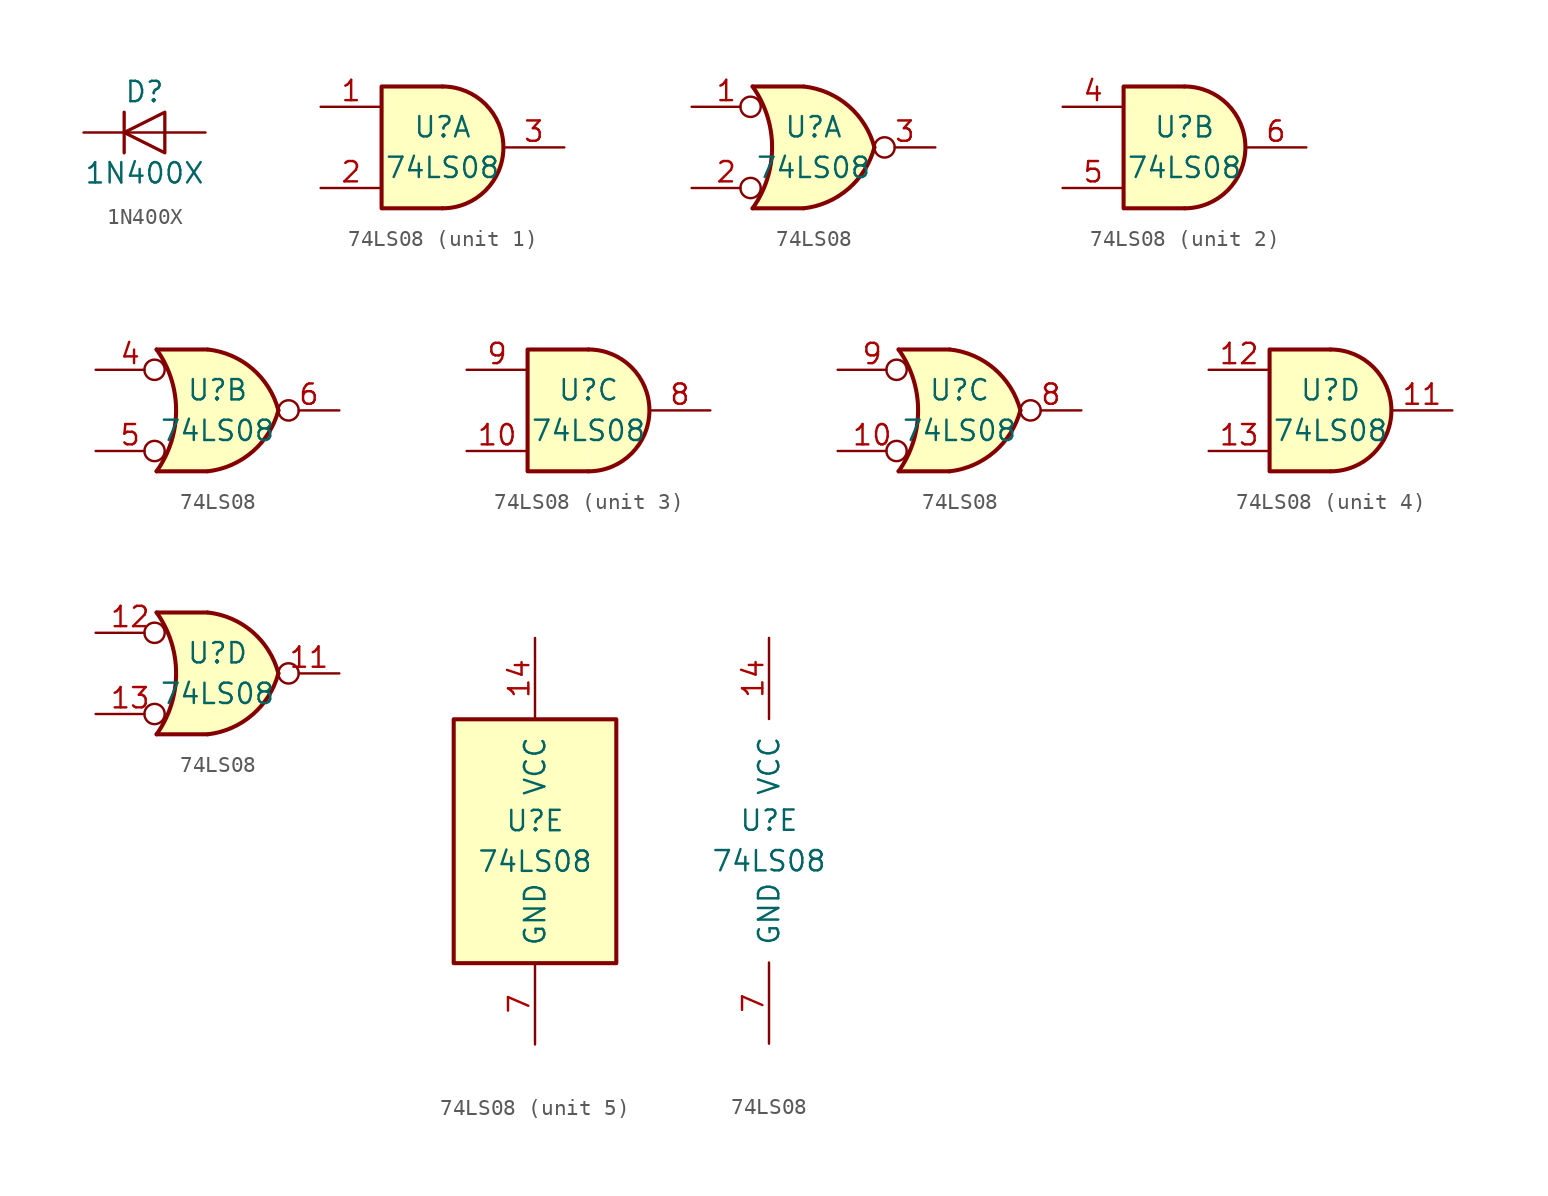
<source format=kicad_sym>
(kicad_symbol_lib
  (version 20211014)
  (generator kicad_symbol_editor)
  (symbol "1N400X"
    (pin_numbers hide)
    (pin_names
      (offset 1.016) hide)
    (property "Reference" "D"
      (at 0 2.54 0)
      (effects (font (size 1.27 1.27))))
    (property "Value" "1N400X"
      (at 0 -2.54 0)
      (effects (font (size 1.27 1.27))))
    (symbol "1N400X_0_1"
      (polyline (pts (xy -1.27 1.27) (xy -1.27 -1.27)) (stroke (width 0.203) (type default) (color 0 0 0 0)) (fill (type none)))
      (polyline (pts (xy 1.27 0) (xy -1.27 0)) (stroke (width 0) (type default) (color 0 0 0 0)) (fill (type none)))
      (polyline (pts (xy 1.27 1.27) (xy 1.27 -1.27) (xy -1.27 0) (xy 1.27 1.27)) (stroke (width 0.203) (type default) (color 0 0 0 0)) (fill (type none))))
    (symbol "1N400X_1_1"
      (pin passive line (at -3.81 0 0) (length 2.54) (name "K" (effects (font (size 1.27 1.27)))) (number "1" (effects (font (size 1.27 1.27)))))
      (pin passive line (at 3.81 0 180) (length 2.54) (name "A" (effects (font (size 1.27 1.27)))) (number "2" (effects (font (size 1.27 1.27)))))))
  (symbol "74LS08"
    (pin_names
      (offset 1.016))
    (property "Reference" "U"
      (at 0 1.27 0)
      (effects (font (size 1.27 1.27))))
    (property "Value" "74LS08"
      (at 0 -1.27 0)
      (effects (font (size 1.27 1.27))))
    (property "ki_locked" ""
      (at 0 0 0)
      (effects (font (size 1.27 1.27))))
    (symbol "74LS08_1_1"
      (arc (start 0 -3.81) (mid 3.81 0) (end 0 3.81) (stroke (width 0.254) (type default) (color 0 0 0 0)) (fill (type background)))
      (polyline (pts (xy 0 3.81) (xy -3.81 3.81) (xy -3.81 -3.81) (xy 0 -3.81)) (stroke (width 0.254) (type default) (color 0 0 0 0)) (fill (type background)))
      (pin input line (at -7.62 2.54 0) (length 3.81) (name "~" (effects (font (size 1.27 1.27)))) (number "1" (effects (font (size 1.27 1.27)))))
      (pin input line (at -7.62 -2.54 0) (length 3.81) (name "~" (effects (font (size 1.27 1.27)))) (number "2" (effects (font (size 1.27 1.27)))))
      (pin output line (at 7.62 0 180) (length 3.81) (name "~" (effects (font (size 1.27 1.27)))) (number "3" (effects (font (size 1.27 1.27))))))
    (symbol "74LS08_1_2"
      (arc (start -3.81 -3.81) (mid -2.589 0) (end -3.81 3.81) (stroke (width 0.254) (type default) (color 0 0 0 0)) (fill (type none)))
      (arc (start -0.6096 -3.81) (mid 2.1855 -2.584) (end 3.81 0) (stroke (width 0.254) (type default) (color 0 0 0 0)) (fill (type background)))
      (polyline (pts (xy -3.81 -3.81) (xy -0.635 -3.81)) (stroke (width 0.254) (type default) (color 0 0 0 0)) (fill (type background)))
      (polyline (pts (xy -3.81 3.81) (xy -0.635 3.81)) (stroke (width 0.254) (type default) (color 0 0 0 0)) (fill (type background)))
      (polyline (pts (xy -0.635 3.81) (xy -3.81 3.81) (xy -3.81 3.81) (xy -3.556 3.404) (xy -3.023 2.261) (xy -2.692 1.041) (xy -2.616 -0.254) (xy -2.769 -1.499) (xy -3.175 -2.718) (xy -3.81 -3.81) (xy -3.81 -3.81) (xy -0.635 -3.81)) (stroke (width -25.4) (type default) (color 0 0 0 0)) (fill (type background)))
      (arc (start 3.81 0) (mid 2.1928 2.5925) (end -0.6096 3.81) (stroke (width 0.254) (type default) (color 0 0 0 0)) (fill (type background)))
      (pin input inverted (at -7.62 2.54 0) (length 4.318) (name "~" (effects (font (size 1.27 1.27)))) (number "1" (effects (font (size 1.27 1.27)))))
      (pin input inverted (at -7.62 -2.54 0) (length 4.318) (name "~" (effects (font (size 1.27 1.27)))) (number "2" (effects (font (size 1.27 1.27)))))
      (pin output inverted (at 7.62 0 180) (length 3.81) (name "~" (effects (font (size 1.27 1.27)))) (number "3" (effects (font (size 1.27 1.27))))))
    (symbol "74LS08_2_1"
      (arc (start 0 -3.81) (mid 3.81 0) (end 0 3.81) (stroke (width 0.254) (type default) (color 0 0 0 0)) (fill (type background)))
      (polyline (pts (xy 0 3.81) (xy -3.81 3.81) (xy -3.81 -3.81) (xy 0 -3.81)) (stroke (width 0.254) (type default) (color 0 0 0 0)) (fill (type background)))
      (pin input line (at -7.62 2.54 0) (length 3.81) (name "~" (effects (font (size 1.27 1.27)))) (number "4" (effects (font (size 1.27 1.27)))))
      (pin input line (at -7.62 -2.54 0) (length 3.81) (name "~" (effects (font (size 1.27 1.27)))) (number "5" (effects (font (size 1.27 1.27)))))
      (pin output line (at 7.62 0 180) (length 3.81) (name "~" (effects (font (size 1.27 1.27)))) (number "6" (effects (font (size 1.27 1.27))))))
    (symbol "74LS08_2_2"
      (arc (start -3.81 -3.81) (mid -2.589 0) (end -3.81 3.81) (stroke (width 0.254) (type default) (color 0 0 0 0)) (fill (type none)))
      (arc (start -0.6096 -3.81) (mid 2.1855 -2.584) (end 3.81 0) (stroke (width 0.254) (type default) (color 0 0 0 0)) (fill (type background)))
      (polyline (pts (xy -3.81 -3.81) (xy -0.635 -3.81)) (stroke (width 0.254) (type default) (color 0 0 0 0)) (fill (type background)))
      (polyline (pts (xy -3.81 3.81) (xy -0.635 3.81)) (stroke (width 0.254) (type default) (color 0 0 0 0)) (fill (type background)))
      (polyline (pts (xy -0.635 3.81) (xy -3.81 3.81) (xy -3.81 3.81) (xy -3.556 3.404) (xy -3.023 2.261) (xy -2.692 1.041) (xy -2.616 -0.254) (xy -2.769 -1.499) (xy -3.175 -2.718) (xy -3.81 -3.81) (xy -3.81 -3.81) (xy -0.635 -3.81)) (stroke (width -25.4) (type default) (color 0 0 0 0)) (fill (type background)))
      (arc (start 3.81 0) (mid 2.1928 2.5925) (end -0.6096 3.81) (stroke (width 0.254) (type default) (color 0 0 0 0)) (fill (type background)))
      (pin input inverted (at -7.62 2.54 0) (length 4.318) (name "~" (effects (font (size 1.27 1.27)))) (number "4" (effects (font (size 1.27 1.27)))))
      (pin input inverted (at -7.62 -2.54 0) (length 4.318) (name "~" (effects (font (size 1.27 1.27)))) (number "5" (effects (font (size 1.27 1.27)))))
      (pin output inverted (at 7.62 0 180) (length 3.81) (name "~" (effects (font (size 1.27 1.27)))) (number "6" (effects (font (size 1.27 1.27))))))
    (symbol "74LS08_3_1"
      (arc (start 0 -3.81) (mid 3.81 0) (end 0 3.81) (stroke (width 0.254) (type default) (color 0 0 0 0)) (fill (type background)))
      (polyline (pts (xy 0 3.81) (xy -3.81 3.81) (xy -3.81 -3.81) (xy 0 -3.81)) (stroke (width 0.254) (type default) (color 0 0 0 0)) (fill (type background)))
      (pin input line (at -7.62 -2.54 0) (length 3.81) (name "~" (effects (font (size 1.27 1.27)))) (number "10" (effects (font (size 1.27 1.27)))))
      (pin output line (at 7.62 0 180) (length 3.81) (name "~" (effects (font (size 1.27 1.27)))) (number "8" (effects (font (size 1.27 1.27)))))
      (pin input line (at -7.62 2.54 0) (length 3.81) (name "~" (effects (font (size 1.27 1.27)))) (number "9" (effects (font (size 1.27 1.27))))))
    (symbol "74LS08_3_2"
      (arc (start -3.81 -3.81) (mid -2.589 0) (end -3.81 3.81) (stroke (width 0.254) (type default) (color 0 0 0 0)) (fill (type none)))
      (arc (start -0.6096 -3.81) (mid 2.1855 -2.584) (end 3.81 0) (stroke (width 0.254) (type default) (color 0 0 0 0)) (fill (type background)))
      (polyline (pts (xy -3.81 -3.81) (xy -0.635 -3.81)) (stroke (width 0.254) (type default) (color 0 0 0 0)) (fill (type background)))
      (polyline (pts (xy -3.81 3.81) (xy -0.635 3.81)) (stroke (width 0.254) (type default) (color 0 0 0 0)) (fill (type background)))
      (polyline (pts (xy -0.635 3.81) (xy -3.81 3.81) (xy -3.81 3.81) (xy -3.556 3.404) (xy -3.023 2.261) (xy -2.692 1.041) (xy -2.616 -0.254) (xy -2.769 -1.499) (xy -3.175 -2.718) (xy -3.81 -3.81) (xy -3.81 -3.81) (xy -0.635 -3.81)) (stroke (width -25.4) (type default) (color 0 0 0 0)) (fill (type background)))
      (arc (start 3.81 0) (mid 2.1928 2.5925) (end -0.6096 3.81) (stroke (width 0.254) (type default) (color 0 0 0 0)) (fill (type background)))
      (pin input inverted (at -7.62 -2.54 0) (length 4.318) (name "~" (effects (font (size 1.27 1.27)))) (number "10" (effects (font (size 1.27 1.27)))))
      (pin output inverted (at 7.62 0 180) (length 3.81) (name "~" (effects (font (size 1.27 1.27)))) (number "8" (effects (font (size 1.27 1.27)))))
      (pin input inverted (at -7.62 2.54 0) (length 4.318) (name "~" (effects (font (size 1.27 1.27)))) (number "9" (effects (font (size 1.27 1.27))))))
    (symbol "74LS08_4_1"
      (arc (start 0 -3.81) (mid 3.81 0) (end 0 3.81) (stroke (width 0.254) (type default) (color 0 0 0 0)) (fill (type background)))
      (polyline (pts (xy 0 3.81) (xy -3.81 3.81) (xy -3.81 -3.81) (xy 0 -3.81)) (stroke (width 0.254) (type default) (color 0 0 0 0)) (fill (type background)))
      (pin output line (at 7.62 0 180) (length 3.81) (name "~" (effects (font (size 1.27 1.27)))) (number "11" (effects (font (size 1.27 1.27)))))
      (pin input line (at -7.62 2.54 0) (length 3.81) (name "~" (effects (font (size 1.27 1.27)))) (number "12" (effects (font (size 1.27 1.27)))))
      (pin input line (at -7.62 -2.54 0) (length 3.81) (name "~" (effects (font (size 1.27 1.27)))) (number "13" (effects (font (size 1.27 1.27))))))
    (symbol "74LS08_4_2"
      (arc (start -3.81 -3.81) (mid -2.589 0) (end -3.81 3.81) (stroke (width 0.254) (type default) (color 0 0 0 0)) (fill (type none)))
      (arc (start -0.6096 -3.81) (mid 2.1855 -2.584) (end 3.81 0) (stroke (width 0.254) (type default) (color 0 0 0 0)) (fill (type background)))
      (polyline (pts (xy -3.81 -3.81) (xy -0.635 -3.81)) (stroke (width 0.254) (type default) (color 0 0 0 0)) (fill (type background)))
      (polyline (pts (xy -3.81 3.81) (xy -0.635 3.81)) (stroke (width 0.254) (type default) (color 0 0 0 0)) (fill (type background)))
      (polyline (pts (xy -0.635 3.81) (xy -3.81 3.81) (xy -3.81 3.81) (xy -3.556 3.404) (xy -3.023 2.261) (xy -2.692 1.041) (xy -2.616 -0.254) (xy -2.769 -1.499) (xy -3.175 -2.718) (xy -3.81 -3.81) (xy -3.81 -3.81) (xy -0.635 -3.81)) (stroke (width -25.4) (type default) (color 0 0 0 0)) (fill (type background)))
      (arc (start 3.81 0) (mid 2.1928 2.5925) (end -0.6096 3.81) (stroke (width 0.254) (type default) (color 0 0 0 0)) (fill (type background)))
      (pin output inverted (at 7.62 0 180) (length 3.81) (name "~" (effects (font (size 1.27 1.27)))) (number "11" (effects (font (size 1.27 1.27)))))
      (pin input inverted (at -7.62 2.54 0) (length 4.318) (name "~" (effects (font (size 1.27 1.27)))) (number "12" (effects (font (size 1.27 1.27)))))
      (pin input inverted (at -7.62 -2.54 0) (length 4.318) (name "~" (effects (font (size 1.27 1.27)))) (number "13" (effects (font (size 1.27 1.27))))))
    (symbol "74LS08_5_0"
      (pin power_in line (at 0 12.7 270) (length 5.08) (name "VCC" (effects (font (size 1.27 1.27)))) (number "14" (effects (font (size 1.27 1.27)))))
      (pin power_in line (at 0 -12.7 90) (length 5.08) (name "GND" (effects (font (size 1.27 1.27)))) (number "7" (effects (font (size 1.27 1.27))))))
    (symbol "74LS08_5_1"
      (rectangle (start -5.08 7.62) (end 5.08 -7.62) (stroke (width 0.254) (type default) (color 0 0 0 0)) (fill (type background))))))
</source>
